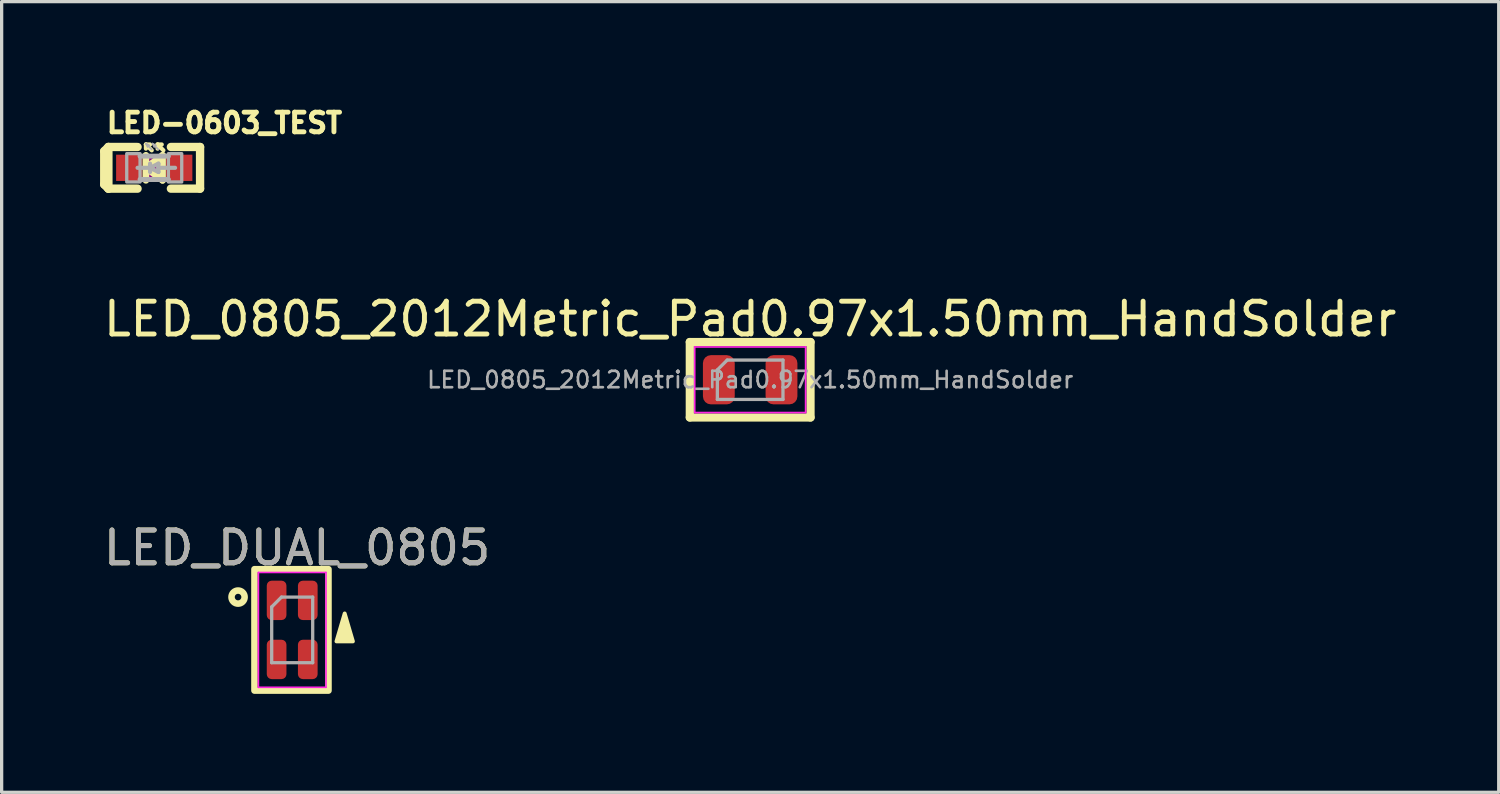
<source format=kicad_pcb>
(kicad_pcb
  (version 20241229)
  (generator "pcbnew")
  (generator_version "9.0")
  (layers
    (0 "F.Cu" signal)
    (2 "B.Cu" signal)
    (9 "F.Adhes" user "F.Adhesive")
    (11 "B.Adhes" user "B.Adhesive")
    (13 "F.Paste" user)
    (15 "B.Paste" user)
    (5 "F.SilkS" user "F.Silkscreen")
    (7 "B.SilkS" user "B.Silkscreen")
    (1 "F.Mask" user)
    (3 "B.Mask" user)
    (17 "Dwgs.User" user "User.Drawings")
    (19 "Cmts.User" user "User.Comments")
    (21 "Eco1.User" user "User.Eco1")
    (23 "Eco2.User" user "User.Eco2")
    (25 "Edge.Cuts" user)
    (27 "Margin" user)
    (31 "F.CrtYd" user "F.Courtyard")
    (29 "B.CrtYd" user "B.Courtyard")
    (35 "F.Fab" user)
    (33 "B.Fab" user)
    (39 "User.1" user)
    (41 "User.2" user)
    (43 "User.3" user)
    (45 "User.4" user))
  (footprint "LED-0603_TEST"
    (layer "F.Cu")
    (at 1.651 2.065)
    (property "Reference" "LED-0603_TEST" (at -1.524 -1.016 0) (unlocked yes) (layer "F.SilkS") (effects (font (size 0.599 0.599) (thickness 0.163)) (justify left bottom)))
    (fp_line (start -1.524 -0.508) (end -1.524 0.508) (stroke (width 0.254) (type solid)) (layer "F.SilkS"))
    (fp_line (start -1.524 0.508) (end -1.397 0.635) (stroke (width 0.254) (type solid)) (layer "F.SilkS"))
    (fp_line (start -1.397 -0.635) (end -1.524 -0.508) (stroke (width 0.254) (type solid)) (layer "F.SilkS"))
    (fp_line (start -1.397 -0.635) (end -1.397 0.635) (stroke (width 0.254) (type solid)) (layer "F.SilkS"))
    (fp_line (start -1.397 0.635) (end -0.508 0.635) (stroke (width 0.254) (type solid)) (layer "F.SilkS"))
    (fp_line (start -0.508 -0.635) (end -1.397 -0.635) (stroke (width 0.254) (type solid)) (layer "F.SilkS"))
    (fp_line (start -0.254 -0.711) (end -0.254 -0.584) (stroke (width 0.127) (type solid)) (layer "F.SilkS"))
    (fp_line (start -0.254 -0.711) (end -0.127 -0.711) (stroke (width 0.127) (type solid)) (layer "F.SilkS"))
    (fp_line (start -0.254 -0.711) (end -0.076 -0.533) (stroke (width 0.127) (type solid)) (layer "F.SilkS"))
    (fp_line (start -0.254 -0.381) (end -0.254 0) (stroke (width 0.203) (type solid)) (layer "F.SilkS"))
    (fp_line (start -0.254 0) (end -0.254 0.381) (stroke (width 0.203) (type solid)) (layer "F.SilkS"))
    (fp_line (start -0.254 0) (end 0.254 -0.381) (stroke (width 0.203) (type solid)) (layer "F.SilkS"))
    (fp_line (start 0.102 -0.711) (end 0.102 -0.584) (stroke (width 0.127) (type solid)) (layer "F.SilkS"))
    (fp_line (start 0.102 -0.711) (end 0.229 -0.711) (stroke (width 0.127) (type solid)) (layer "F.SilkS"))
    (fp_line (start 0.102 -0.711) (end 0.279 -0.533) (stroke (width 0.127) (type solid)) (layer "F.SilkS"))
    (fp_line (start 0.254 -0.381) (end 0.254 0.381) (stroke (width 0.203) (type solid)) (layer "F.SilkS"))
    (fp_line (start 0.254 0.381) (end -0.254 0) (stroke (width 0.203) (type solid)) (layer "F.SilkS"))
    (fp_line (start 0.508 0.635) (end 1.397 0.635) (stroke (width 0.254) (type solid)) (layer "F.SilkS"))
    (fp_line (start 1.397 -0.635) (end 0.508 -0.635) (stroke (width 0.254) (type solid)) (layer "F.SilkS"))
    (fp_line (start 1.397 0.635) (end 1.397 -0.635) (stroke (width 0.254) (type solid)) (layer "F.SilkS"))
    (fp_poly (pts (xy -0.2 0.4) (xy 0.2 0.4) (xy 0.2 -0.4) (xy -0.2 -0.4)) (stroke (width 0) (type default)) (fill yes) (layer "F.Adhes"))
    (fp_line (start -0.432 0.356) (end 0.432 0.356) (stroke (width 0.152) (type solid)) (layer "F.Fab"))
    (fp_line (start -0.254 -0.737) (end -0.203 -0.635) (stroke (width 0.051) (type solid)) (layer "F.Fab"))
    (fp_line (start -0.254 -0.737) (end -0.152 -0.686) (stroke (width 0.051) (type solid)) (layer "F.Fab"))
    (fp_line (start -0.254 -0.737) (end -0.076 -0.559) (stroke (width 0.051) (type solid)) (layer "F.Fab"))
    (fp_line (start -0.127 0) (end -0.508 0) (stroke (width 0.127) (type solid)) (layer "F.Fab"))
    (fp_line (start -0.127 0) (end -0.127 -0.127) (stroke (width 0.127) (type solid)) (layer "F.Fab"))
    (fp_line (start -0.127 0) (end -0.127 0.127) (stroke (width 0.127) (type solid)) (layer "F.Fab"))
    (fp_line (start -0.127 0) (end 0.127 -0.127) (stroke (width 0.127) (type solid)) (layer "F.Fab"))
    (fp_line (start -0.051 -0.737) (end 0 -0.635) (stroke (width 0.051) (type solid)) (layer "F.Fab"))
    (fp_line (start -0.051 -0.737) (end 0.051 -0.686) (stroke (width 0.051) (type solid)) (layer "F.Fab"))
    (fp_line (start -0.051 -0.737) (end 0.127 -0.559) (stroke (width 0.051) (type solid)) (layer "F.Fab"))
    (fp_line (start 0.127 -0.127) (end 0.127 0) (stroke (width 0.127) (type solid)) (layer "F.Fab"))
    (fp_line (start 0.127 0) (end 0.127 0.127) (stroke (width 0.127) (type solid)) (layer "F.Fab"))
    (fp_line (start 0.127 0) (end 0.635 0) (stroke (width 0.127) (type solid)) (layer "F.Fab"))
    (fp_line (start 0.127 0.127) (end -0.127 0) (stroke (width 0.127) (type solid)) (layer "F.Fab"))
    (fp_line (start 0.432 -0.356) (end -0.432 -0.356) (stroke (width 0.152) (type solid)) (layer "F.Fab"))
    (fp_poly (pts (xy -0.838 0.432) (xy -0.432 0.432) (xy -0.432 -0.432) (xy -0.838 -0.432)) (stroke (width 0.1) (type default)) (fill no) (layer "F.Fab"))
    (fp_poly (pts (xy 0.432 0.432) (xy 0.838 0.432) (xy 0.838 -0.432) (xy 0.432 -0.432)) (stroke (width 0.1) (type default)) (fill no) (layer "F.Fab"))
    (pad "A" smd rect (at 0.762 0) (size 0.8 0.8) (layers "F.Cu" "F.Mask" "F.Paste"))
    (pad "C" smd rect (at -0.762 0) (size 0.8 0.8) (layers "F.Cu" "F.Mask" "F.Paste")))
  (footprint "LED_DUAL_0805"
    (layer "F.Cu")
    (at 5.856 16.149)
    (property "Reference" "LED_DUAL_0805" (at 0.15 -2.5 180) (layer "F.SilkS") (effects (font (size 1 1) (thickness 0.15))))
    (attr smd)
    (fp_rect (start -1.15 -1.85) (end 1.106 1.85) (stroke (width 0.2) (type solid)) (fill no) (layer "F.SilkS"))
    (fp_circle (center -1.65 -1) (end -1.65 -1.2) (stroke (width 0.2) (type solid)) (fill no) (layer "F.SilkS"))
    (fp_poly (pts (xy 1.35 0.35) (xy 1.6 -0.5) (xy 1.85 0.35)) (stroke (width 0.12) (type solid)) (fill yes) (layer "F.SilkS"))
    (fp_line (start -1.03 -1.75) (end 1.03 -1.75) (stroke (width 0.05) (type solid)) (layer "F.CrtYd"))
    (fp_line (start -1.03 1.75) (end -1.03 -1.75) (stroke (width 0.05) (type solid)) (layer "F.CrtYd"))
    (fp_line (start 1.03 -1.75) (end 1.03 1.75) (stroke (width 0.05) (type solid)) (layer "F.CrtYd"))
    (fp_line (start 1.03 1.75) (end -1.03 1.75) (stroke (width 0.05) (type solid)) (layer "F.CrtYd"))
    (fp_line (start -0.625 -0.7) (end -0.625 1) (stroke (width 0.1) (type solid)) (layer "F.Fab"))
    (fp_line (start -0.625 -0.7) (end -0.325 -1) (stroke (width 0.1) (type solid)) (layer "F.Fab"))
    (fp_line (start -0.625 1) (end 0.625 1) (stroke (width 0.1) (type solid)) (layer "F.Fab"))
    (fp_line (start 0.625 -1) (end -0.325 -1) (stroke (width 0.1) (type solid)) (layer "F.Fab"))
    (fp_line (start 0.625 1) (end 0.625 -1) (stroke (width 0.1) (type solid)) (layer "F.Fab"))
    (fp_text user "${REFERENCE}" (at 0.15 -2.5 180) (layer "F.Fab") (effects (font (size 1 1) (thickness 0.15))))
    (pad "1" smd roundrect (at -0.475 -0.9 90) (size 1.2 0.6) (layers "F.Cu" "F.Mask" "F.Paste") (roundrect_rratio 0.25))
    (pad "2" smd roundrect (at -0.475 0.9 90) (size 1.2 0.6) (layers "F.Cu" "F.Mask" "F.Paste") (roundrect_rratio 0.25))
    (pad "3" smd roundrect (at 0.475 -0.9 90) (size 1.2 0.6) (layers "F.Cu" "F.Mask" "F.Paste") (roundrect_rratio 0.25))
    (pad "4" smd roundrect (at 0.475 0.9 90) (size 1.2 0.6) (layers "F.Cu" "F.Mask" "F.Paste") (roundrect_rratio 0.25)))
  (footprint "LED_0805_2012Metric_Pad0.97x1.50mm_HandSolder"
    (layer "F.Cu")
    (at 19.815 8.525)
    (property "Reference" "LED_0805_2012Metric_Pad0.97x1.50mm_HandSolder" (at 0 -1.85 0) (layer "F.SilkS") (effects (font (size 1 1) (thickness 0.15))))
    (attr smd)
    (fp_line (start -1.84 -1.15) (end -1.84 1.15) (stroke (width 0.25) (type solid)) (layer "F.SilkS"))
    (fp_line (start -1.84 1.15) (end 1.84 1.15) (stroke (width 0.25) (type solid)) (layer "F.SilkS"))
    (fp_line (start 1.84 -1.15) (end -1.84 -1.15) (stroke (width 0.25) (type solid)) (layer "F.SilkS"))
    (fp_line (start 1.84 -1.15) (end 1.84 1.15) (stroke (width 0.25) (type solid)) (layer "F.SilkS"))
    (fp_line (start -1.69 -1) (end 1.69 -1) (stroke (width 0.05) (type solid)) (layer "F.CrtYd"))
    (fp_line (start -1.69 1) (end -1.69 -1) (stroke (width 0.05) (type solid)) (layer "F.CrtYd"))
    (fp_line (start 1.69 -1) (end 1.69 1) (stroke (width 0.05) (type solid)) (layer "F.CrtYd"))
    (fp_line (start 1.69 1) (end -1.69 1) (stroke (width 0.05) (type solid)) (layer "F.CrtYd"))
    (fp_line (start -1 -0.3) (end -1 0.6) (stroke (width 0.1) (type solid)) (layer "F.Fab"))
    (fp_line (start -1 0.6) (end 1 0.6) (stroke (width 0.1) (type solid)) (layer "F.Fab"))
    (fp_line (start -0.7 -0.6) (end -1 -0.3) (stroke (width 0.1) (type solid)) (layer "F.Fab"))
    (fp_line (start 1 -0.6) (end -0.7 -0.6) (stroke (width 0.1) (type solid)) (layer "F.Fab"))
    (fp_line (start 1 0.6) (end 1 -0.6) (stroke (width 0.1) (type solid)) (layer "F.Fab"))
    (fp_text user "${REFERENCE}" (at 0 0 0) (layer "F.Fab") (effects (font (size 0.5 0.5) (thickness 0.08))))
    (pad "1" smd roundrect (at -0.955 0) (size 0.97 1.5) (layers "F.Cu" "F.Mask" "F.Paste") (roundrect_rratio 0.25))
    (pad "2" smd roundrect (at 0.955 0) (size 0.97 1.5) (layers "F.Cu" "F.Mask" "F.Paste") (roundrect_rratio 0.25)))
  (gr_rect
    (start -3 -3)
    (end 42.631 21.099)
    (stroke (width 0.1) (type default))
    (fill no)
    (layer "Edge.Cuts")))
</source>
